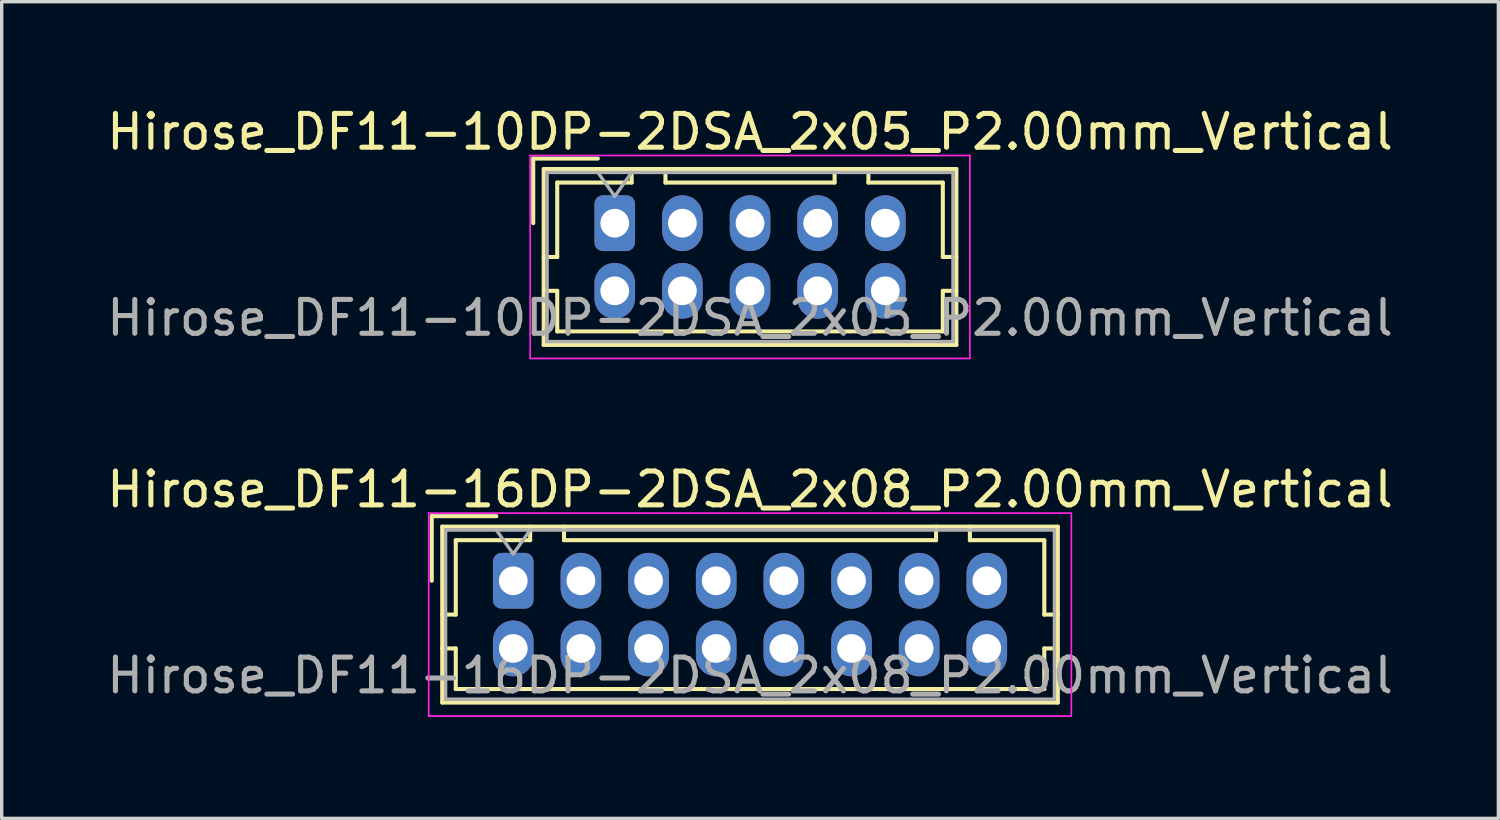
<source format=kicad_pcb>
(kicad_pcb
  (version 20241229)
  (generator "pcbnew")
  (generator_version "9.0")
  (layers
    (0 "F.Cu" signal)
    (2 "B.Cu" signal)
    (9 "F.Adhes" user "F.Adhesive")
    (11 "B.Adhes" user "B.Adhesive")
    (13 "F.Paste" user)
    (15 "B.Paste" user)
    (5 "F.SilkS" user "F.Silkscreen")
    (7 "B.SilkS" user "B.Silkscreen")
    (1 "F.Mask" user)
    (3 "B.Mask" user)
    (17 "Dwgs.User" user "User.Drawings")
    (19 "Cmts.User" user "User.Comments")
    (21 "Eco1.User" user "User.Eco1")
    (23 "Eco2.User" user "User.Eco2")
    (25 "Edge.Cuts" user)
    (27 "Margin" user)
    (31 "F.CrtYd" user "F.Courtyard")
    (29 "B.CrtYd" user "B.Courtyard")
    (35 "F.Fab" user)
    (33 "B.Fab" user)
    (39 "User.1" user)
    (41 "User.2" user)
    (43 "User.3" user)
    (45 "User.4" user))
  (footprint "Hirose_DF11-16DP-2DSA_2x08_P2.00mm_Vertical"
    (layer "F.Cu")
    (at 12.125 14.121)
    (property "Reference" "Hirose_DF11-16DP-2DSA_2x08_P2.00mm_Vertical" (at 7 -2.7 0) (layer "F.SilkS") (effects (font (size 1 1) (thickness 0.15))))
    (attr through_hole)
    (fp_line (start -2.41 -1.91) (end -0.5 -1.91) (stroke (width 0.12) (type solid)) (layer "F.SilkS"))
    (fp_line (start -2.41 0) (end -2.41 -1.91) (stroke (width 0.12) (type solid)) (layer "F.SilkS"))
    (fp_line (start -2.1 -1.6) (end -2.1 3.6) (stroke (width 0.12) (type solid)) (layer "F.SilkS"))
    (fp_line (start -2.1 1) (end -1.7 1) (stroke (width 0.12) (type solid)) (layer "F.SilkS"))
    (fp_line (start -2.1 2) (end -1.7 2) (stroke (width 0.12) (type solid)) (layer "F.SilkS"))
    (fp_line (start -2.1 3.6) (end 16.1 3.6) (stroke (width 0.12) (type solid)) (layer "F.SilkS"))
    (fp_line (start -1.7 -1.2) (end 0.5 -1.2) (stroke (width 0.12) (type solid)) (layer "F.SilkS"))
    (fp_line (start -1.7 1) (end -1.7 -1.2) (stroke (width 0.12) (type solid)) (layer "F.SilkS"))
    (fp_line (start -1.7 2) (end -1.7 3.2) (stroke (width 0.12) (type solid)) (layer "F.SilkS"))
    (fp_line (start -1.7 3.2) (end 15.7 3.2) (stroke (width 0.12) (type solid)) (layer "F.SilkS"))
    (fp_line (start 0.5 -1.2) (end 0.5 -1.6) (stroke (width 0.12) (type solid)) (layer "F.SilkS"))
    (fp_line (start 1.5 -1.6) (end 1.5 -1.2) (stroke (width 0.12) (type solid)) (layer "F.SilkS"))
    (fp_line (start 1.5 -1.2) (end 12.5 -1.2) (stroke (width 0.12) (type solid)) (layer "F.SilkS"))
    (fp_line (start 12.5 -1.2) (end 12.5 -1.6) (stroke (width 0.12) (type solid)) (layer "F.SilkS"))
    (fp_line (start 13.5 -1.2) (end 13.5 -1.6) (stroke (width 0.12) (type solid)) (layer "F.SilkS"))
    (fp_line (start 15.7 -1.2) (end 13.5 -1.2) (stroke (width 0.12) (type solid)) (layer "F.SilkS"))
    (fp_line (start 15.7 1) (end 15.7 -1.2) (stroke (width 0.12) (type solid)) (layer "F.SilkS"))
    (fp_line (start 15.7 2) (end 16.1 2) (stroke (width 0.12) (type solid)) (layer "F.SilkS"))
    (fp_line (start 15.7 3.2) (end 15.7 2) (stroke (width 0.12) (type solid)) (layer "F.SilkS"))
    (fp_line (start 16.1 -1.6) (end -2.1 -1.6) (stroke (width 0.12) (type solid)) (layer "F.SilkS"))
    (fp_line (start 16.1 1) (end 15.7 1) (stroke (width 0.12) (type solid)) (layer "F.SilkS"))
    (fp_line (start 16.1 3.6) (end 16.1 -1.6) (stroke (width 0.12) (type solid)) (layer "F.SilkS"))
    (fp_line (start -2.5 -2) (end -2.5 4) (stroke (width 0.05) (type solid)) (layer "F.CrtYd"))
    (fp_line (start -2.5 4) (end 16.5 4) (stroke (width 0.05) (type solid)) (layer "F.CrtYd"))
    (fp_line (start 16.5 -2) (end -2.5 -2) (stroke (width 0.05) (type solid)) (layer "F.CrtYd"))
    (fp_line (start 16.5 4) (end 16.5 -2) (stroke (width 0.05) (type solid)) (layer "F.CrtYd"))
    (fp_line (start -2 -1.5) (end -2 3.5) (stroke (width 0.1) (type solid)) (layer "F.Fab"))
    (fp_line (start -2 3.5) (end 16 3.5) (stroke (width 0.1) (type solid)) (layer "F.Fab"))
    (fp_line (start -0.5 -1.5) (end 0 -0.793) (stroke (width 0.1) (type solid)) (layer "F.Fab"))
    (fp_line (start 0 -0.793) (end 0.5 -1.5) (stroke (width 0.1) (type solid)) (layer "F.Fab"))
    (fp_line (start 16 -1.5) (end -2 -1.5) (stroke (width 0.1) (type solid)) (layer "F.Fab"))
    (fp_line (start 16 3.5) (end 16 -1.5) (stroke (width 0.1) (type solid)) (layer "F.Fab"))
    (fp_text user "${REFERENCE}" (at 7 2.8 0) (layer "F.Fab") (effects (font (size 1 1) (thickness 0.15))))
    (pad "1" thru_hole roundrect (at 0 0) (size 1.2 1.65) (drill 0.85) (layers "*.Cu" "*.Mask") (roundrect_rratio 0.208))
    (pad "2" thru_hole oval (at 0 2) (size 1.2 1.65) (drill 0.85) (layers "*.Cu" "*.Mask"))
    (pad "3" thru_hole oval (at 2 0) (size 1.2 1.65) (drill 0.85) (layers "*.Cu" "*.Mask"))
    (pad "4" thru_hole oval (at 2 2) (size 1.2 1.65) (drill 0.85) (layers "*.Cu" "*.Mask"))
    (pad "5" thru_hole oval (at 4 0) (size 1.2 1.65) (drill 0.85) (layers "*.Cu" "*.Mask"))
    (pad "6" thru_hole oval (at 4 2) (size 1.2 1.65) (drill 0.85) (layers "*.Cu" "*.Mask"))
    (pad "7" thru_hole oval (at 6 0) (size 1.2 1.65) (drill 0.85) (layers "*.Cu" "*.Mask"))
    (pad "8" thru_hole oval (at 6 2) (size 1.2 1.65) (drill 0.85) (layers "*.Cu" "*.Mask"))
    (pad "9" thru_hole oval (at 8 0) (size 1.2 1.65) (drill 0.85) (layers "*.Cu" "*.Mask"))
    (pad "10" thru_hole oval (at 8 2) (size 1.2 1.65) (drill 0.85) (layers "*.Cu" "*.Mask"))
    (pad "11" thru_hole oval (at 10 0) (size 1.2 1.65) (drill 0.85) (layers "*.Cu" "*.Mask"))
    (pad "12" thru_hole oval (at 10 2) (size 1.2 1.65) (drill 0.85) (layers "*.Cu" "*.Mask"))
    (pad "13" thru_hole oval (at 12 0) (size 1.2 1.65) (drill 0.85) (layers "*.Cu" "*.Mask"))
    (pad "14" thru_hole oval (at 12 2) (size 1.2 1.65) (drill 0.85) (layers "*.Cu" "*.Mask"))
    (pad "15" thru_hole oval (at 14 0) (size 1.2 1.65) (drill 0.85) (layers "*.Cu" "*.Mask"))
    (pad "16" thru_hole oval (at 14 2) (size 1.2 1.65) (drill 0.85) (layers "*.Cu" "*.Mask")))
  (footprint "Hirose_DF11-10DP-2DSA_2x05_P2.00mm_Vertical"
    (layer "F.Cu")
    (at 15.125 3.548)
    (property "Reference" "Hirose_DF11-10DP-2DSA_2x05_P2.00mm_Vertical" (at 4 -2.7 0) (layer "F.SilkS") (effects (font (size 1 1) (thickness 0.15))))
    (attr through_hole)
    (fp_line (start -2.41 -1.91) (end -0.5 -1.91) (stroke (width 0.12) (type solid)) (layer "F.SilkS"))
    (fp_line (start -2.41 0) (end -2.41 -1.91) (stroke (width 0.12) (type solid)) (layer "F.SilkS"))
    (fp_line (start -2.1 -1.6) (end -2.1 3.6) (stroke (width 0.12) (type solid)) (layer "F.SilkS"))
    (fp_line (start -2.1 1) (end -1.7 1) (stroke (width 0.12) (type solid)) (layer "F.SilkS"))
    (fp_line (start -2.1 2) (end -1.7 2) (stroke (width 0.12) (type solid)) (layer "F.SilkS"))
    (fp_line (start -2.1 3.6) (end 10.1 3.6) (stroke (width 0.12) (type solid)) (layer "F.SilkS"))
    (fp_line (start -1.7 -1.2) (end 0.5 -1.2) (stroke (width 0.12) (type solid)) (layer "F.SilkS"))
    (fp_line (start -1.7 1) (end -1.7 -1.2) (stroke (width 0.12) (type solid)) (layer "F.SilkS"))
    (fp_line (start -1.7 2) (end -1.7 3.2) (stroke (width 0.12) (type solid)) (layer "F.SilkS"))
    (fp_line (start -1.7 3.2) (end 9.7 3.2) (stroke (width 0.12) (type solid)) (layer "F.SilkS"))
    (fp_line (start 0.5 -1.2) (end 0.5 -1.6) (stroke (width 0.12) (type solid)) (layer "F.SilkS"))
    (fp_line (start 1.5 -1.6) (end 1.5 -1.2) (stroke (width 0.12) (type solid)) (layer "F.SilkS"))
    (fp_line (start 1.5 -1.2) (end 6.5 -1.2) (stroke (width 0.12) (type solid)) (layer "F.SilkS"))
    (fp_line (start 6.5 -1.2) (end 6.5 -1.6) (stroke (width 0.12) (type solid)) (layer "F.SilkS"))
    (fp_line (start 7.5 -1.2) (end 7.5 -1.6) (stroke (width 0.12) (type solid)) (layer "F.SilkS"))
    (fp_line (start 9.7 -1.2) (end 7.5 -1.2) (stroke (width 0.12) (type solid)) (layer "F.SilkS"))
    (fp_line (start 9.7 1) (end 9.7 -1.2) (stroke (width 0.12) (type solid)) (layer "F.SilkS"))
    (fp_line (start 9.7 2) (end 10.1 2) (stroke (width 0.12) (type solid)) (layer "F.SilkS"))
    (fp_line (start 9.7 3.2) (end 9.7 2) (stroke (width 0.12) (type solid)) (layer "F.SilkS"))
    (fp_line (start 10.1 -1.6) (end -2.1 -1.6) (stroke (width 0.12) (type solid)) (layer "F.SilkS"))
    (fp_line (start 10.1 1) (end 9.7 1) (stroke (width 0.12) (type solid)) (layer "F.SilkS"))
    (fp_line (start 10.1 3.6) (end 10.1 -1.6) (stroke (width 0.12) (type solid)) (layer "F.SilkS"))
    (fp_line (start -2.5 -2) (end -2.5 4) (stroke (width 0.05) (type solid)) (layer "F.CrtYd"))
    (fp_line (start -2.5 4) (end 10.5 4) (stroke (width 0.05) (type solid)) (layer "F.CrtYd"))
    (fp_line (start 10.5 -2) (end -2.5 -2) (stroke (width 0.05) (type solid)) (layer "F.CrtYd"))
    (fp_line (start 10.5 4) (end 10.5 -2) (stroke (width 0.05) (type solid)) (layer "F.CrtYd"))
    (fp_line (start -2 -1.5) (end -2 3.5) (stroke (width 0.1) (type solid)) (layer "F.Fab"))
    (fp_line (start -2 3.5) (end 10 3.5) (stroke (width 0.1) (type solid)) (layer "F.Fab"))
    (fp_line (start -0.5 -1.5) (end 0 -0.793) (stroke (width 0.1) (type solid)) (layer "F.Fab"))
    (fp_line (start 0 -0.793) (end 0.5 -1.5) (stroke (width 0.1) (type solid)) (layer "F.Fab"))
    (fp_line (start 10 -1.5) (end -2 -1.5) (stroke (width 0.1) (type solid)) (layer "F.Fab"))
    (fp_line (start 10 3.5) (end 10 -1.5) (stroke (width 0.1) (type solid)) (layer "F.Fab"))
    (fp_text user "${REFERENCE}" (at 4 2.8 0) (layer "F.Fab") (effects (font (size 1 1) (thickness 0.15))))
    (pad "1" thru_hole roundrect (at 0 0) (size 1.2 1.65) (drill 0.85) (layers "*.Cu" "*.Mask") (roundrect_rratio 0.208))
    (pad "2" thru_hole oval (at 0 2) (size 1.2 1.65) (drill 0.85) (layers "*.Cu" "*.Mask"))
    (pad "3" thru_hole oval (at 2 0) (size 1.2 1.65) (drill 0.85) (layers "*.Cu" "*.Mask"))
    (pad "4" thru_hole oval (at 2 2) (size 1.2 1.65) (drill 0.85) (layers "*.Cu" "*.Mask"))
    (pad "5" thru_hole oval (at 4 0) (size 1.2 1.65) (drill 0.85) (layers "*.Cu" "*.Mask"))
    (pad "6" thru_hole oval (at 4 2) (size 1.2 1.65) (drill 0.85) (layers "*.Cu" "*.Mask"))
    (pad "7" thru_hole oval (at 6 0) (size 1.2 1.65) (drill 0.85) (layers "*.Cu" "*.Mask"))
    (pad "8" thru_hole oval (at 6 2) (size 1.2 1.65) (drill 0.85) (layers "*.Cu" "*.Mask"))
    (pad "9" thru_hole oval (at 8 0) (size 1.2 1.65) (drill 0.85) (layers "*.Cu" "*.Mask"))
    (pad "10" thru_hole oval (at 8 2) (size 1.2 1.65) (drill 0.85) (layers "*.Cu" "*.Mask")))
  (gr_rect
    (start -3 -3)
    (end 41.25 21.146)
    (stroke (width 0.1) (type default))
    (fill no)
    (layer "Edge.Cuts")))
</source>
